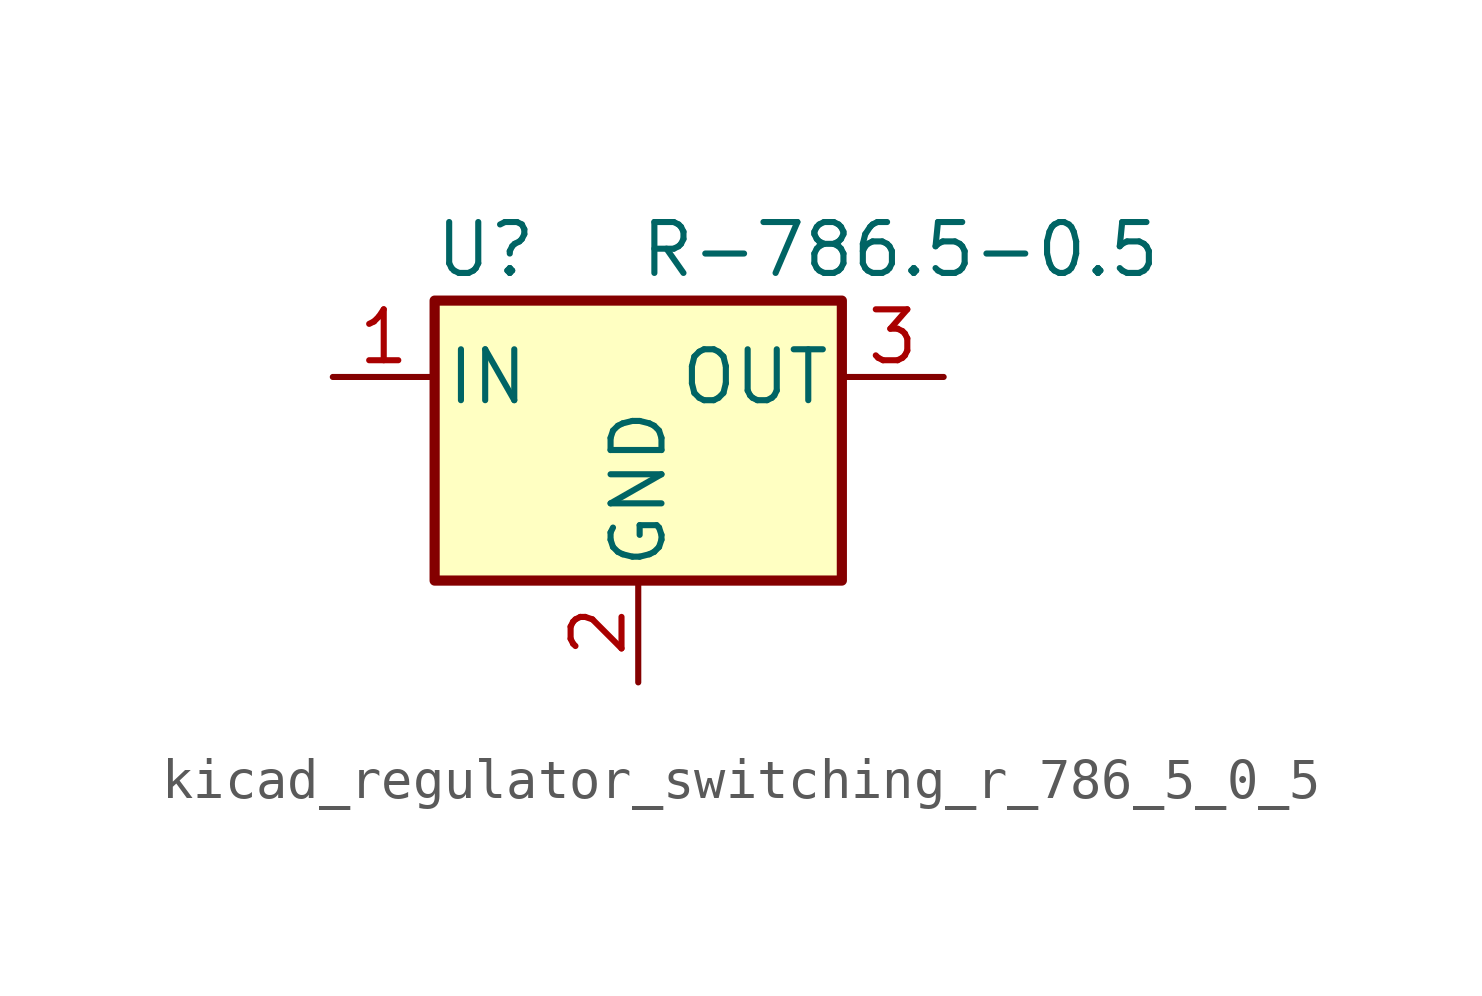
<source format=kicad_sym>
(kicad_symbol_lib
  (version 20220914)
  (generator kicad_symbol_editor)
  (symbol "kicad_regulator_switching_r_786_5_0_5"
    (pin_names
      (offset 0.254))
    (property "Reference" "U"
      (at -3.81 3.175 0)
      (effects (font (size 1.27 1.27))))
    (property "Value" "R-786.5-0.5"
      (at 0 3.175 0)
      (effects (font (size 1.27 1.27)) (justify left)))
    (symbol "kicad_regulator_switching_r_786_5_0_5_0_1"
      (rectangle (start -5.08 1.905) (end 5.08 -5.08) (stroke (width 0.254) (type default)) (fill (type background))))
    (symbol "kicad_regulator_switching_r_786_5_0_5_1_1"
      (pin power_in line (at -7.62 0 0) (length 2.54) (name "IN" (effects (font (size 1.27 1.27)))) (number "1" (effects (font (size 1.27 1.27)))))
      (pin power_in line (at 0 -7.62 90) (length 2.54) (name "GND" (effects (font (size 1.27 1.27)))) (number "2" (effects (font (size 1.27 1.27)))))
      (pin power_out line (at 7.62 0 180) (length 2.54) (name "OUT" (effects (font (size 1.27 1.27)))) (number "3" (effects (font (size 1.27 1.27))))))))
</source>
